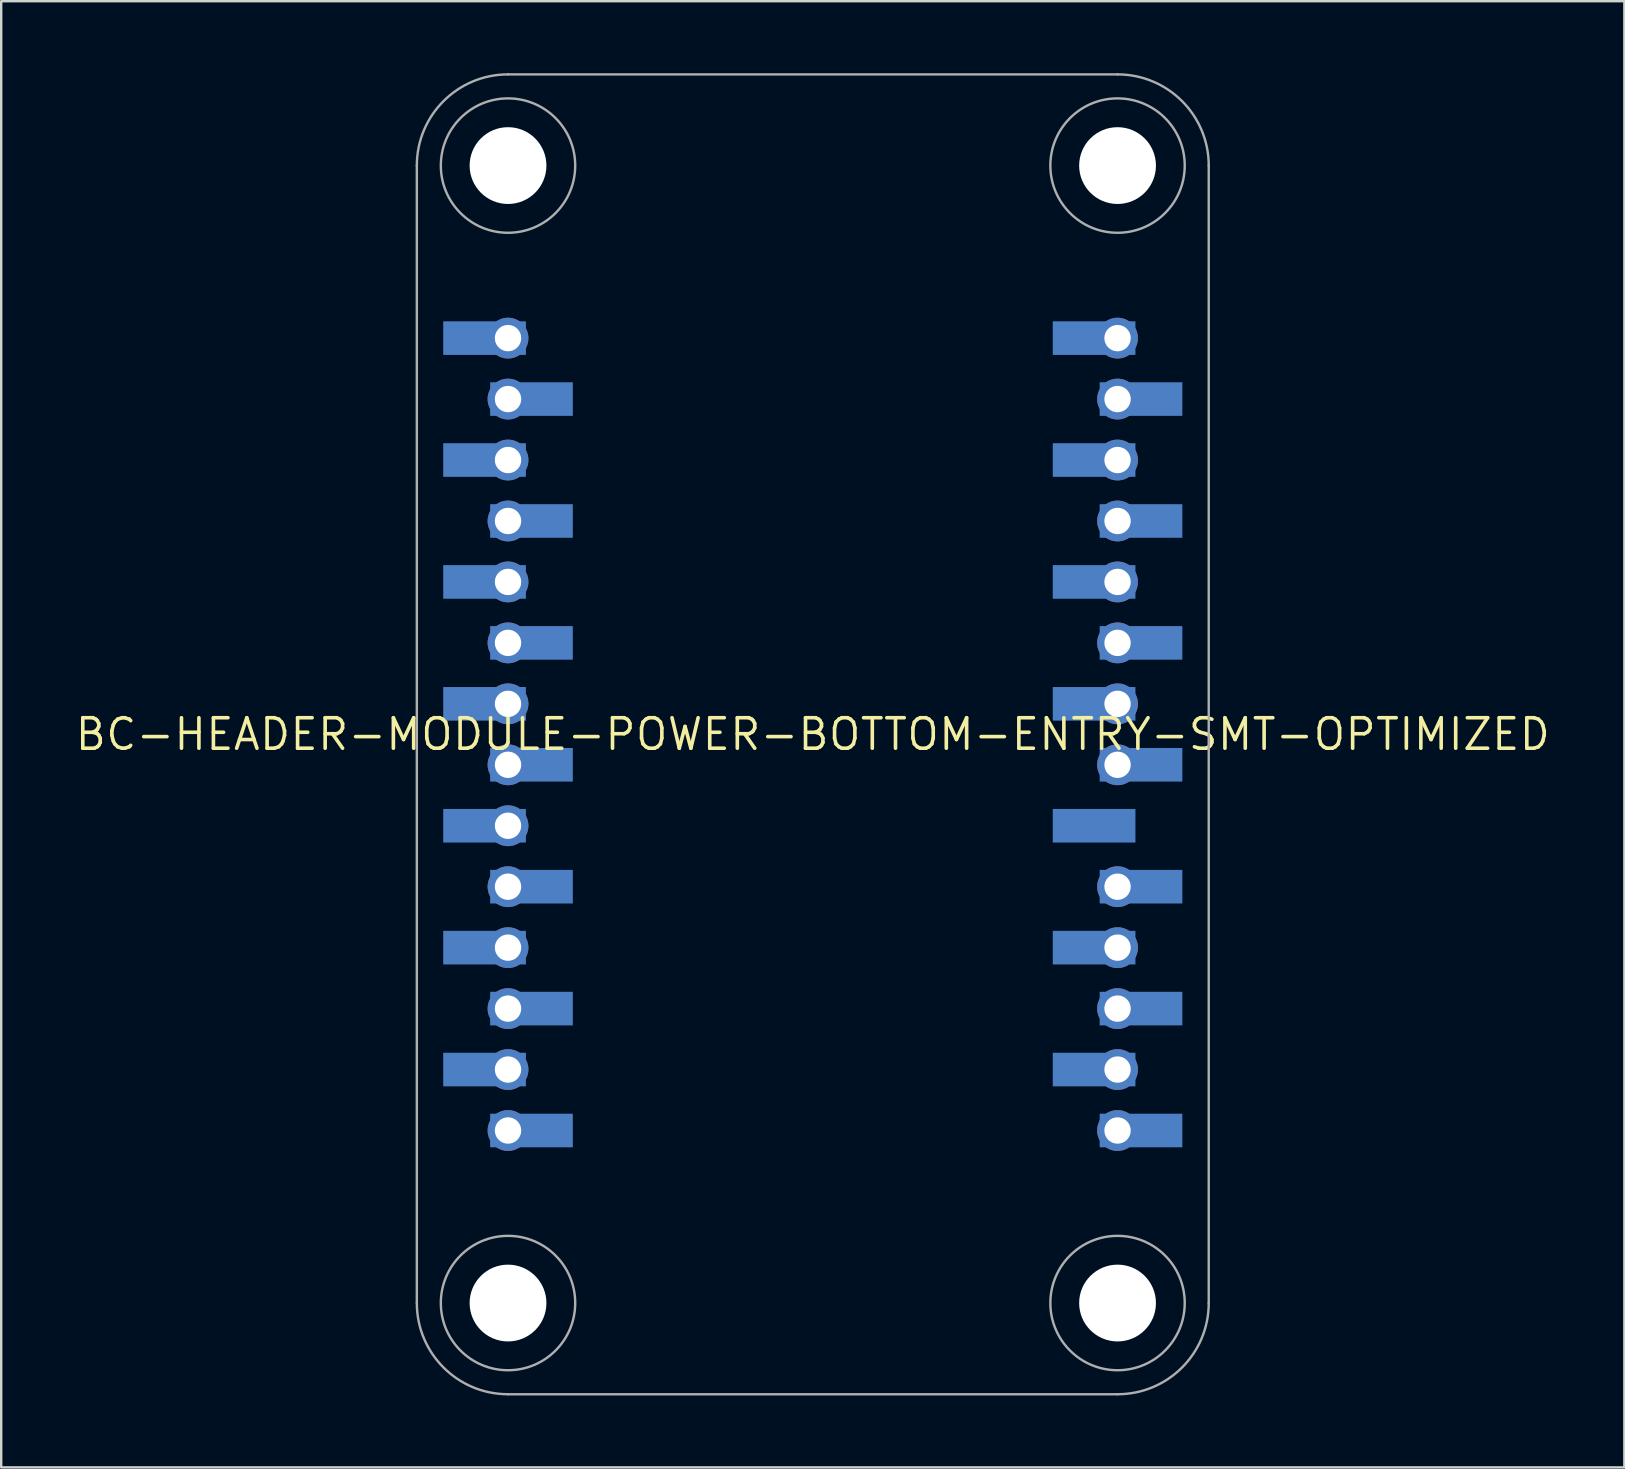
<source format=kicad_pcb>
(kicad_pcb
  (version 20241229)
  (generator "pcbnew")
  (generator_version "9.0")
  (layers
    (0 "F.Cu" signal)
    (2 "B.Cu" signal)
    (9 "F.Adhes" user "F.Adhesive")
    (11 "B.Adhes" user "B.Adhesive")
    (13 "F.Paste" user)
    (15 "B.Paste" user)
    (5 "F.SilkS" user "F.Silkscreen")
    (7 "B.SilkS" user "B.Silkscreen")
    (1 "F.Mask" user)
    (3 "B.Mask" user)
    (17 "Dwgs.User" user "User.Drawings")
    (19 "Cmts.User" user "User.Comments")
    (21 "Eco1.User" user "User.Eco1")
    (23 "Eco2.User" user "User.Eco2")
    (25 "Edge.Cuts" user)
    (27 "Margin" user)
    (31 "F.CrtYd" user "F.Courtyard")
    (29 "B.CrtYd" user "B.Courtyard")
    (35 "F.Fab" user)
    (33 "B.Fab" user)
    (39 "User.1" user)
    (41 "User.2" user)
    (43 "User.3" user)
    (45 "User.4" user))
  (footprint "BC-HEADER-MODULE-POWER-BOTTOM-ENTRY-SMT-OPTIMIZED"
    (layer "F.Cu")
    (at 30.82 27.55)
    (property "Reference" "BC-HEADER-MODULE-POWER-BOTTOM-ENTRY-SMT-OPTIMIZED" (at 0 0 0) (unlocked yes) (layer "F.SilkS") (effects (font (size 1.27 1.27) (thickness 0.15))))
    (fp_circle (center -12.7 -16.51) (end -12.225 -16.51) (stroke (width 0.95) (type solid)) (fill yes) (layer "F.Mask"))
    (fp_circle (center -12.7 -13.97) (end -12.225 -13.97) (stroke (width 0.95) (type solid)) (fill yes) (layer "F.Mask"))
    (fp_circle (center -12.7 -11.43) (end -12.225 -11.43) (stroke (width 0.95) (type solid)) (fill yes) (layer "F.Mask"))
    (fp_circle (center -12.7 -8.89) (end -12.225 -8.89) (stroke (width 0.95) (type solid)) (fill yes) (layer "F.Mask"))
    (fp_circle (center -12.7 -6.35) (end -12.225 -6.35) (stroke (width 0.95) (type solid)) (fill yes) (layer "F.Mask"))
    (fp_circle (center -12.7 -3.81) (end -12.225 -3.81) (stroke (width 0.95) (type solid)) (fill yes) (layer "F.Mask"))
    (fp_circle (center -12.7 -1.27) (end -12.225 -1.27) (stroke (width 0.95) (type solid)) (fill yes) (layer "F.Mask"))
    (fp_circle (center -12.7 1.27) (end -12.225 1.27) (stroke (width 0.95) (type solid)) (fill yes) (layer "F.Mask"))
    (fp_circle (center -12.7 3.81) (end -12.225 3.81) (stroke (width 0.95) (type solid)) (fill yes) (layer "F.Mask"))
    (fp_circle (center -12.7 6.35) (end -12.225 6.35) (stroke (width 0.95) (type solid)) (fill yes) (layer "F.Mask"))
    (fp_circle (center -12.7 8.89) (end -12.225 8.89) (stroke (width 0.95) (type solid)) (fill yes) (layer "F.Mask"))
    (fp_circle (center -12.7 11.43) (end -12.225 11.43) (stroke (width 0.95) (type solid)) (fill yes) (layer "F.Mask"))
    (fp_circle (center -12.7 13.97) (end -12.225 13.97) (stroke (width 0.95) (type solid)) (fill yes) (layer "F.Mask"))
    (fp_circle (center -12.7 16.51) (end -12.225 16.51) (stroke (width 0.95) (type solid)) (fill yes) (layer "F.Mask"))
    (fp_circle (center 12.7 -16.51) (end 13.175 -16.51) (stroke (width 0.95) (type solid)) (fill yes) (layer "F.Mask"))
    (fp_circle (center 12.7 -16.51) (end 13.175 -16.51) (stroke (width 0.95) (type solid)) (fill yes) (layer "F.Mask"))
    (fp_circle (center 12.7 -13.97) (end 13.175 -13.97) (stroke (width 0.95) (type solid)) (fill yes) (layer "F.Mask"))
    (fp_circle (center 12.7 -13.97) (end 13.175 -13.97) (stroke (width 0.95) (type solid)) (fill yes) (layer "F.Mask"))
    (fp_circle (center 12.7 -11.43) (end 13.175 -11.43) (stroke (width 0.95) (type solid)) (fill yes) (layer "F.Mask"))
    (fp_circle (center 12.7 -8.89) (end 13.175 -8.89) (stroke (width 0.95) (type solid)) (fill yes) (layer "F.Mask"))
    (fp_circle (center 12.7 -6.35) (end 13.175 -6.35) (stroke (width 0.95) (type solid)) (fill yes) (layer "F.Mask"))
    (fp_circle (center 12.7 -3.81) (end 13.175 -3.81) (stroke (width 0.95) (type solid)) (fill yes) (layer "F.Mask"))
    (fp_circle (center 12.7 -1.27) (end 13.175 -1.27) (stroke (width 0.95) (type solid)) (fill yes) (layer "F.Mask"))
    (fp_circle (center 12.7 1.27) (end 13.175 1.27) (stroke (width 0.95) (type solid)) (fill yes) (layer "F.Mask"))
    (fp_circle (center 12.7 1.27) (end 13.175 1.27) (stroke (width 0.95) (type solid)) (fill yes) (layer "F.Mask"))
    (fp_circle (center 12.7 6.35) (end 13.175 6.35) (stroke (width 0.95) (type solid)) (fill yes) (layer "F.Mask"))
    (fp_circle (center 12.7 6.35) (end 13.175 6.35) (stroke (width 0.95) (type solid)) (fill yes) (layer "F.Mask"))
    (fp_circle (center 12.7 8.89) (end 13.175 8.89) (stroke (width 0.95) (type solid)) (fill yes) (layer "F.Mask"))
    (fp_circle (center 12.7 11.43) (end 13.175 11.43) (stroke (width 0.95) (type solid)) (fill yes) (layer "F.Mask"))
    (fp_circle (center 12.7 13.97) (end 13.175 13.97) (stroke (width 0.95) (type solid)) (fill yes) (layer "F.Mask"))
    (fp_circle (center 12.7 16.51) (end 13.175 16.51) (stroke (width 0.95) (type solid)) (fill yes) (layer "F.Mask"))
    (fp_poly (pts (xy -11.955 -15.81) (xy -15.4 -15.81) (xy -15.4 -17.21) (xy -11.955 -17.21)) (stroke (width 0) (type default)) (fill yes) (layer "B.Cu"))
    (fp_poly (pts (xy -11.955 -10.73) (xy -15.4 -10.73) (xy -15.4 -12.13) (xy -11.955 -12.13)) (stroke (width 0) (type default)) (fill yes) (layer "B.Cu"))
    (fp_poly (pts (xy -11.955 -5.65) (xy -15.4 -5.65) (xy -15.4 -7.05) (xy -11.955 -7.05)) (stroke (width 0) (type default)) (fill yes) (layer "B.Cu"))
    (fp_poly (pts (xy -11.955 -0.57) (xy -15.4 -0.57) (xy -15.4 -1.97) (xy -11.955 -1.97)) (stroke (width 0) (type default)) (fill yes) (layer "B.Cu"))
    (fp_poly (pts (xy -11.955 4.51) (xy -15.4 4.51) (xy -15.4 3.11) (xy -11.955 3.11)) (stroke (width 0) (type default)) (fill yes) (layer "B.Cu"))
    (fp_poly (pts (xy -11.955 9.59) (xy -15.4 9.59) (xy -15.4 8.19) (xy -11.955 8.19)) (stroke (width 0) (type default)) (fill yes) (layer "B.Cu"))
    (fp_poly (pts (xy -11.955 14.67) (xy -15.4 14.67) (xy -15.4 13.27) (xy -11.955 13.27)) (stroke (width 0) (type default)) (fill yes) (layer "B.Cu"))
    (fp_poly (pts (xy -10 -13.27) (xy -13.445 -13.27) (xy -13.445 -14.67) (xy -10 -14.67)) (stroke (width 0) (type default)) (fill yes) (layer "B.Cu"))
    (fp_poly (pts (xy -10 -8.19) (xy -13.445 -8.19) (xy -13.445 -9.59) (xy -10 -9.59)) (stroke (width 0) (type default)) (fill yes) (layer "B.Cu"))
    (fp_poly (pts (xy -10 -3.11) (xy -13.445 -3.11) (xy -13.445 -4.51) (xy -10 -4.51)) (stroke (width 0) (type default)) (fill yes) (layer "B.Cu"))
    (fp_poly (pts (xy -10 1.97) (xy -13.445 1.97) (xy -13.445 0.57) (xy -10 0.57)) (stroke (width 0) (type default)) (fill yes) (layer "B.Cu"))
    (fp_poly (pts (xy -10 7.05) (xy -13.445 7.05) (xy -13.445 5.65) (xy -10 5.65)) (stroke (width 0) (type default)) (fill yes) (layer "B.Cu"))
    (fp_poly (pts (xy -10 12.13) (xy -13.445 12.13) (xy -13.445 10.73) (xy -10 10.73)) (stroke (width 0) (type default)) (fill yes) (layer "B.Cu"))
    (fp_poly (pts (xy -10 17.21) (xy -13.445 17.21) (xy -13.445 15.81) (xy -10 15.81)) (stroke (width 0) (type default)) (fill yes) (layer "B.Cu"))
    (fp_poly (pts (xy 13.445 -15.81) (xy 10 -15.81) (xy 10 -17.21) (xy 13.445 -17.21)) (stroke (width 0) (type default)) (fill yes) (layer "B.Cu"))
    (fp_poly (pts (xy 13.445 -10.73) (xy 10 -10.73) (xy 10 -12.13) (xy 13.445 -12.13)) (stroke (width 0) (type default)) (fill yes) (layer "B.Cu"))
    (fp_poly (pts (xy 13.445 -5.65) (xy 10 -5.65) (xy 10 -7.05) (xy 13.445 -7.05)) (stroke (width 0) (type default)) (fill yes) (layer "B.Cu"))
    (fp_poly (pts (xy 13.445 -0.57) (xy 10 -0.57) (xy 10 -1.97) (xy 13.445 -1.97)) (stroke (width 0) (type default)) (fill yes) (layer "B.Cu"))
    (fp_poly (pts (xy 13.445 4.51) (xy 10 4.51) (xy 10 3.11) (xy 13.445 3.11)) (stroke (width 0) (type default)) (fill yes) (layer "B.Cu"))
    (fp_poly (pts (xy 13.445 9.59) (xy 10 9.59) (xy 10 8.19) (xy 13.445 8.19)) (stroke (width 0) (type default)) (fill yes) (layer "B.Cu"))
    (fp_poly (pts (xy 13.445 14.67) (xy 10 14.67) (xy 10 13.27) (xy 13.445 13.27)) (stroke (width 0) (type default)) (fill yes) (layer "B.Cu"))
    (fp_poly (pts (xy 15.4 -13.27) (xy 11.955 -13.27) (xy 11.955 -14.67) (xy 15.4 -14.67)) (stroke (width 0) (type default)) (fill yes) (layer "B.Cu"))
    (fp_poly (pts (xy 15.4 -8.19) (xy 11.955 -8.19) (xy 11.955 -9.59) (xy 15.4 -9.59)) (stroke (width 0) (type default)) (fill yes) (layer "B.Cu"))
    (fp_poly (pts (xy 15.4 -3.11) (xy 11.955 -3.11) (xy 11.955 -4.51) (xy 15.4 -4.51)) (stroke (width 0) (type default)) (fill yes) (layer "B.Cu"))
    (fp_poly (pts (xy 15.4 1.97) (xy 11.955 1.97) (xy 11.955 0.57) (xy 15.4 0.57)) (stroke (width 0) (type default)) (fill yes) (layer "B.Cu"))
    (fp_poly (pts (xy 15.4 7.05) (xy 11.955 7.05) (xy 11.955 5.65) (xy 15.4 5.65)) (stroke (width 0) (type default)) (fill yes) (layer "B.Cu"))
    (fp_poly (pts (xy 15.4 12.13) (xy 11.955 12.13) (xy 11.955 10.73) (xy 15.4 10.73)) (stroke (width 0) (type default)) (fill yes) (layer "B.Cu"))
    (fp_poly (pts (xy 15.4 17.21) (xy 11.955 17.21) (xy 11.955 15.81) (xy 15.4 15.81)) (stroke (width 0) (type default)) (fill yes) (layer "B.Cu"))
    (fp_circle (center -12.7 -16.51) (end -12.375 -16.51) (stroke (width 0.65) (type solid)) (fill yes) (layer "B.Mask"))
    (fp_circle (center -12.7 -13.97) (end -12.375 -13.97) (stroke (width 0.65) (type solid)) (fill yes) (layer "B.Mask"))
    (fp_circle (center -12.7 -11.43) (end -12.375 -11.43) (stroke (width 0.65) (type solid)) (fill yes) (layer "B.Mask"))
    (fp_circle (center -12.7 -8.89) (end -12.375 -8.89) (stroke (width 0.65) (type solid)) (fill yes) (layer "B.Mask"))
    (fp_circle (center -12.7 -6.35) (end -12.375 -6.35) (stroke (width 0.65) (type solid)) (fill yes) (layer "B.Mask"))
    (fp_circle (center -12.7 -3.81) (end -12.375 -3.81) (stroke (width 0.65) (type solid)) (fill yes) (layer "B.Mask"))
    (fp_circle (center -12.7 -1.27) (end -12.375 -1.27) (stroke (width 0.65) (type solid)) (fill yes) (layer "B.Mask"))
    (fp_circle (center -12.7 1.27) (end -12.375 1.27) (stroke (width 0.65) (type solid)) (fill yes) (layer "B.Mask"))
    (fp_circle (center -12.7 3.81) (end -12.375 3.81) (stroke (width 0.65) (type solid)) (fill yes) (layer "B.Mask"))
    (fp_circle (center -12.7 6.35) (end -12.375 6.35) (stroke (width 0.65) (type solid)) (fill yes) (layer "B.Mask"))
    (fp_circle (center -12.7 8.89) (end -12.375 8.89) (stroke (width 0.65) (type solid)) (fill yes) (layer "B.Mask"))
    (fp_circle (center -12.7 11.43) (end -12.375 11.43) (stroke (width 0.65) (type solid)) (fill yes) (layer "B.Mask"))
    (fp_circle (center -12.7 13.97) (end -12.375 13.97) (stroke (width 0.65) (type solid)) (fill yes) (layer "B.Mask"))
    (fp_circle (center -12.7 16.51) (end -12.375 16.51) (stroke (width 0.65) (type solid)) (fill yes) (layer "B.Mask"))
    (fp_circle (center 12.7 -16.51) (end 13.025 -16.51) (stroke (width 0.65) (type solid)) (fill yes) (layer "B.Mask"))
    (fp_circle (center 12.7 -13.97) (end 13.025 -13.97) (stroke (width 0.65) (type solid)) (fill yes) (layer "B.Mask"))
    (fp_circle (center 12.7 -11.43) (end 13.025 -11.43) (stroke (width 0.65) (type solid)) (fill yes) (layer "B.Mask"))
    (fp_circle (center 12.7 -8.89) (end 13.025 -8.89) (stroke (width 0.65) (type solid)) (fill yes) (layer "B.Mask"))
    (fp_circle (center 12.7 -6.35) (end 13.025 -6.35) (stroke (width 0.65) (type solid)) (fill yes) (layer "B.Mask"))
    (fp_circle (center 12.7 -3.81) (end 13.025 -3.81) (stroke (width 0.65) (type solid)) (fill yes) (layer "B.Mask"))
    (fp_circle (center 12.7 -1.27) (end 13.025 -1.27) (stroke (width 0.65) (type solid)) (fill yes) (layer "B.Mask"))
    (fp_circle (center 12.7 1.27) (end 13.025 1.27) (stroke (width 0.65) (type solid)) (fill yes) (layer "B.Mask"))
    (fp_circle (center 12.7 6.35) (end 13.025 6.35) (stroke (width 0.65) (type solid)) (fill yes) (layer "B.Mask"))
    (fp_circle (center 12.7 8.89) (end 13.025 8.89) (stroke (width 0.65) (type solid)) (fill yes) (layer "B.Mask"))
    (fp_circle (center 12.7 11.43) (end 13.025 11.43) (stroke (width 0.65) (type solid)) (fill yes) (layer "B.Mask"))
    (fp_circle (center 12.7 13.97) (end 13.025 13.97) (stroke (width 0.65) (type solid)) (fill yes) (layer "B.Mask"))
    (fp_circle (center 12.7 16.51) (end 13.025 16.51) (stroke (width 0.65) (type solid)) (fill yes) (layer "B.Mask"))
    (fp_poly (pts (xy -15.5 -15.71) (xy -13.5 -15.71) (xy -13.5 -17.31) (xy -15.5 -17.31)) (stroke (width 0) (type default)) (fill yes) (layer "B.Mask"))
    (fp_poly (pts (xy -15.5 -10.63) (xy -13.5 -10.63) (xy -13.5 -12.23) (xy -15.5 -12.23)) (stroke (width 0) (type default)) (fill yes) (layer "B.Mask"))
    (fp_poly (pts (xy -15.5 -5.55) (xy -13.5 -5.55) (xy -13.5 -7.15) (xy -15.5 -7.15)) (stroke (width 0) (type default)) (fill yes) (layer "B.Mask"))
    (fp_poly (pts (xy -15.5 -0.47) (xy -13.5 -0.47) (xy -13.5 -2.07) (xy -15.5 -2.07)) (stroke (width 0) (type default)) (fill yes) (layer "B.Mask"))
    (fp_poly (pts (xy -15.5 4.61) (xy -13.5 4.61) (xy -13.5 3.01) (xy -15.5 3.01)) (stroke (width 0) (type default)) (fill yes) (layer "B.Mask"))
    (fp_poly (pts (xy -15.5 9.69) (xy -13.5 9.69) (xy -13.5 8.09) (xy -15.5 8.09)) (stroke (width 0) (type default)) (fill yes) (layer "B.Mask"))
    (fp_poly (pts (xy -15.5 14.77) (xy -13.5 14.77) (xy -13.5 13.17) (xy -15.5 13.17)) (stroke (width 0) (type default)) (fill yes) (layer "B.Mask"))
    (fp_poly (pts (xy -9.9 -14.77) (xy -11.9 -14.77) (xy -11.9 -13.17) (xy -9.9 -13.17)) (stroke (width 0) (type default)) (fill yes) (layer "B.Mask"))
    (fp_poly (pts (xy -9.9 -9.69) (xy -11.9 -9.69) (xy -11.9 -8.09) (xy -9.9 -8.09)) (stroke (width 0) (type default)) (fill yes) (layer "B.Mask"))
    (fp_poly (pts (xy -9.9 -4.61) (xy -11.9 -4.61) (xy -11.9 -3.01) (xy -9.9 -3.01)) (stroke (width 0) (type default)) (fill yes) (layer "B.Mask"))
    (fp_poly (pts (xy -9.9 0.47) (xy -11.9 0.47) (xy -11.9 2.07) (xy -9.9 2.07)) (stroke (width 0) (type default)) (fill yes) (layer "B.Mask"))
    (fp_poly (pts (xy -9.9 5.55) (xy -11.9 5.55) (xy -11.9 7.15) (xy -9.9 7.15)) (stroke (width 0) (type default)) (fill yes) (layer "B.Mask"))
    (fp_poly (pts (xy -9.9 10.63) (xy -11.9 10.63) (xy -11.9 12.23) (xy -9.9 12.23)) (stroke (width 0) (type default)) (fill yes) (layer "B.Mask"))
    (fp_poly (pts (xy -9.9 15.71) (xy -11.9 15.71) (xy -11.9 17.31) (xy -9.9 17.31)) (stroke (width 0) (type default)) (fill yes) (layer "B.Mask"))
    (fp_poly (pts (xy 9.9 -15.71) (xy 11.9 -15.71) (xy 11.9 -17.31) (xy 9.9 -17.31)) (stroke (width 0) (type default)) (fill yes) (layer "B.Mask"))
    (fp_poly (pts (xy 9.9 -10.63) (xy 11.9 -10.63) (xy 11.9 -12.23) (xy 9.9 -12.23)) (stroke (width 0) (type default)) (fill yes) (layer "B.Mask"))
    (fp_poly (pts (xy 9.9 -5.55) (xy 11.9 -5.55) (xy 11.9 -7.15) (xy 9.9 -7.15)) (stroke (width 0) (type default)) (fill yes) (layer "B.Mask"))
    (fp_poly (pts (xy 9.9 -0.47) (xy 11.9 -0.47) (xy 11.9 -2.07) (xy 9.9 -2.07)) (stroke (width 0) (type default)) (fill yes) (layer "B.Mask"))
    (fp_poly (pts (xy 9.9 4.61) (xy 11.9 4.61) (xy 11.9 3.01) (xy 9.9 3.01)) (stroke (width 0) (type default)) (fill yes) (layer "B.Mask"))
    (fp_poly (pts (xy 9.9 9.69) (xy 11.9 9.69) (xy 11.9 8.09) (xy 9.9 8.09)) (stroke (width 0) (type default)) (fill yes) (layer "B.Mask"))
    (fp_poly (pts (xy 9.9 14.77) (xy 11.9 14.77) (xy 11.9 13.17) (xy 9.9 13.17)) (stroke (width 0) (type default)) (fill yes) (layer "B.Mask"))
    (fp_poly (pts (xy 15.5 -14.77) (xy 13.5 -14.77) (xy 13.5 -13.17) (xy 15.5 -13.17)) (stroke (width 0) (type default)) (fill yes) (layer "B.Mask"))
    (fp_poly (pts (xy 15.5 -9.69) (xy 13.5 -9.69) (xy 13.5 -8.09) (xy 15.5 -8.09)) (stroke (width 0) (type default)) (fill yes) (layer "B.Mask"))
    (fp_poly (pts (xy 15.5 -4.61) (xy 13.5 -4.61) (xy 13.5 -3.01) (xy 15.5 -3.01)) (stroke (width 0) (type default)) (fill yes) (layer "B.Mask"))
    (fp_poly (pts (xy 15.5 0.47) (xy 13.5 0.47) (xy 13.5 2.07) (xy 15.5 2.07)) (stroke (width 0) (type default)) (fill yes) (layer "B.Mask"))
    (fp_poly (pts (xy 15.5 5.55) (xy 13.5 5.55) (xy 13.5 7.15) (xy 15.5 7.15)) (stroke (width 0) (type default)) (fill yes) (layer "B.Mask"))
    (fp_poly (pts (xy 15.5 10.63) (xy 13.5 10.63) (xy 13.5 12.23) (xy 15.5 12.23)) (stroke (width 0) (type default)) (fill yes) (layer "B.Mask"))
    (fp_poly (pts (xy 15.5 15.71) (xy 13.5 15.71) (xy 13.5 17.31) (xy 15.5 17.31)) (stroke (width 0) (type default)) (fill yes) (layer "B.Mask"))
    (fp_poly (pts (xy -15.65 -15.86) (xy -13.6 -15.86) (xy -13.6 -17.16) (xy -15.65 -17.16)) (stroke (width 0) (type default)) (fill yes) (layer "B.Paste"))
    (fp_poly (pts (xy -15.65 -10.78) (xy -13.6 -10.78) (xy -13.6 -12.08) (xy -15.65 -12.08)) (stroke (width 0) (type default)) (fill yes) (layer "B.Paste"))
    (fp_poly (pts (xy -15.65 -5.7) (xy -13.6 -5.7) (xy -13.6 -7) (xy -15.65 -7)) (stroke (width 0) (type default)) (fill yes) (layer "B.Paste"))
    (fp_poly (pts (xy -15.65 -0.62) (xy -13.6 -0.62) (xy -13.6 -1.92) (xy -15.65 -1.92)) (stroke (width 0) (type default)) (fill yes) (layer "B.Paste"))
    (fp_poly (pts (xy -15.65 4.46) (xy -13.6 4.46) (xy -13.6 3.16) (xy -15.65 3.16)) (stroke (width 0) (type default)) (fill yes) (layer "B.Paste"))
    (fp_poly (pts (xy -15.65 9.54) (xy -13.6 9.54) (xy -13.6 8.24) (xy -15.65 8.24)) (stroke (width 0) (type default)) (fill yes) (layer "B.Paste"))
    (fp_poly (pts (xy -15.65 14.62) (xy -13.6 14.62) (xy -13.6 13.32) (xy -15.65 13.32)) (stroke (width 0) (type default)) (fill yes) (layer "B.Paste"))
    (fp_poly (pts (xy -9.75 -14.62) (xy -11.8 -14.62) (xy -11.8 -13.32) (xy -9.75 -13.32)) (stroke (width 0) (type default)) (fill yes) (layer "B.Paste"))
    (fp_poly (pts (xy -9.75 -9.54) (xy -11.8 -9.54) (xy -11.8 -8.24) (xy -9.75 -8.24)) (stroke (width 0) (type default)) (fill yes) (layer "B.Paste"))
    (fp_poly (pts (xy -9.75 -4.46) (xy -11.8 -4.46) (xy -11.8 -3.16) (xy -9.75 -3.16)) (stroke (width 0) (type default)) (fill yes) (layer "B.Paste"))
    (fp_poly (pts (xy -9.75 0.62) (xy -11.8 0.62) (xy -11.8 1.92) (xy -9.75 1.92)) (stroke (width 0) (type default)) (fill yes) (layer "B.Paste"))
    (fp_poly (pts (xy -9.75 5.7) (xy -11.8 5.7) (xy -11.8 7) (xy -9.75 7)) (stroke (width 0) (type default)) (fill yes) (layer "B.Paste"))
    (fp_poly (pts (xy -9.75 10.78) (xy -11.8 10.78) (xy -11.8 12.08) (xy -9.75 12.08)) (stroke (width 0) (type default)) (fill yes) (layer "B.Paste"))
    (fp_poly (pts (xy -9.75 15.86) (xy -11.8 15.86) (xy -11.8 17.16) (xy -9.75 17.16)) (stroke (width 0) (type default)) (fill yes) (layer "B.Paste"))
    (fp_poly (pts (xy 9.75 -15.86) (xy 11.8 -15.86) (xy 11.8 -17.16) (xy 9.75 -17.16)) (stroke (width 0) (type default)) (fill yes) (layer "B.Paste"))
    (fp_poly (pts (xy 9.75 -10.78) (xy 11.8 -10.78) (xy 11.8 -12.08) (xy 9.75 -12.08)) (stroke (width 0) (type default)) (fill yes) (layer "B.Paste"))
    (fp_poly (pts (xy 9.75 -5.7) (xy 11.8 -5.7) (xy 11.8 -7) (xy 9.75 -7)) (stroke (width 0) (type default)) (fill yes) (layer "B.Paste"))
    (fp_poly (pts (xy 9.75 -0.62) (xy 11.8 -0.62) (xy 11.8 -1.92) (xy 9.75 -1.92)) (stroke (width 0) (type default)) (fill yes) (layer "B.Paste"))
    (fp_poly (pts (xy 9.75 4.46) (xy 11.8 4.46) (xy 11.8 3.16) (xy 9.75 3.16)) (stroke (width 0) (type default)) (fill yes) (layer "B.Paste"))
    (fp_poly (pts (xy 9.75 9.54) (xy 11.8 9.54) (xy 11.8 8.24) (xy 9.75 8.24)) (stroke (width 0) (type default)) (fill yes) (layer "B.Paste"))
    (fp_poly (pts (xy 9.75 14.62) (xy 11.8 14.62) (xy 11.8 13.32) (xy 9.75 13.32)) (stroke (width 0) (type default)) (fill yes) (layer "B.Paste"))
    (fp_poly (pts (xy 15.65 -14.62) (xy 13.6 -14.62) (xy 13.6 -13.32) (xy 15.65 -13.32)) (stroke (width 0) (type default)) (fill yes) (layer "B.Paste"))
    (fp_poly (pts (xy 15.65 -9.54) (xy 13.6 -9.54) (xy 13.6 -8.24) (xy 15.65 -8.24)) (stroke (width 0) (type default)) (fill yes) (layer "B.Paste"))
    (fp_poly (pts (xy 15.65 -4.46) (xy 13.6 -4.46) (xy 13.6 -3.16) (xy 15.65 -3.16)) (stroke (width 0) (type default)) (fill yes) (layer "B.Paste"))
    (fp_poly (pts (xy 15.65 0.62) (xy 13.6 0.62) (xy 13.6 1.92) (xy 15.65 1.92)) (stroke (width 0) (type default)) (fill yes) (layer "B.Paste"))
    (fp_poly (pts (xy 15.65 5.7) (xy 13.6 5.7) (xy 13.6 7) (xy 15.65 7)) (stroke (width 0) (type default)) (fill yes) (layer "B.Paste"))
    (fp_poly (pts (xy 15.65 10.78) (xy 13.6 10.78) (xy 13.6 12.08) (xy 15.65 12.08)) (stroke (width 0) (type default)) (fill yes) (layer "B.Paste"))
    (fp_poly (pts (xy 15.65 15.86) (xy 13.6 15.86) (xy 13.6 17.16) (xy 15.65 17.16)) (stroke (width 0) (type default)) (fill yes) (layer "B.Paste"))
    (fp_line (start -16.5 23.7) (end -16.5 -23.7) (stroke (width 0.1) (type solid)) (layer "F.Fab"))
    (fp_line (start -12.7 -27.5) (end 12.7 -27.5) (stroke (width 0.1) (type solid)) (layer "F.Fab"))
    (fp_line (start 12.7 27.5) (end -12.7 27.5) (stroke (width 0.1) (type solid)) (layer "F.Fab"))
    (fp_line (start 16.5 -23.7) (end 16.5 23.7) (stroke (width 0.1) (type solid)) (layer "F.Fab"))
    (fp_arc (start -16.5 -23.7) (mid -15.387006 -26.387006) (end -12.7 -27.5) (stroke (width 0.1) (type solid)) (layer "F.Fab"))
    (fp_arc (start -12.7 27.5) (mid -15.387006 26.387006) (end -16.5 23.7) (stroke (width 0.1) (type solid)) (layer "F.Fab"))
    (fp_arc (start 12.7 -27.5) (mid 15.387006 -26.387006) (end 16.5 -23.7) (stroke (width 0.1) (type solid)) (layer "F.Fab"))
    (fp_arc (start 16.5 23.7) (mid 15.387006 26.387006) (end 12.7 27.5) (stroke (width 0.1) (type solid)) (layer "F.Fab"))
    (fp_circle (center -12.7 -23.7) (end -9.9 -23.7) (stroke (width 0.1) (type solid)) (fill no) (layer "F.Fab"))
    (fp_circle (center -12.7 23.7) (end -9.9 23.7) (stroke (width 0.1) (type solid)) (fill no) (layer "F.Fab"))
    (fp_circle (center 12.7 -23.7) (end 15.5 -23.7) (stroke (width 0.1) (type solid)) (fill no) (layer "F.Fab"))
    (fp_circle (center 12.7 23.7) (end 15.5 23.7) (stroke (width 0.1) (type solid)) (fill no) (layer "F.Fab"))
    (pad "" np_thru_hole circle (at -12.7 -23.7) (size 3.2 3.2) (drill 3.2) (layers "*.Cu" "*.Mask"))
    (pad "" np_thru_hole circle (at -12.7 23.7) (size 3.2 3.2) (drill 3.2) (layers "*.Cu" "*.Mask"))
    (pad "" np_thru_hole circle (at 12.7 -23.7) (size 3.2 3.2) (drill 3.2) (layers "*.Cu" "*.Mask"))
    (pad "" np_thru_hole circle (at 12.7 23.7) (size 3.2 3.2) (drill 3.2) (layers "*.Cu" "*.Mask"))
    (pad "1" thru_hole circle (at -12.7 -16.51 270) (size 1.7 1.7) (drill 1.1) (layers "*.Cu"))
    (pad "2" thru_hole circle (at -12.7 -13.97 270) (size 1.7 1.7) (drill 1.1) (layers "*.Cu"))
    (pad "3" thru_hole circle (at -12.7 -11.43 270) (size 1.7 1.7) (drill 1.1) (layers "*.Cu"))
    (pad "4" thru_hole circle (at -12.7 -8.89 270) (size 1.7 1.7) (drill 1.1) (layers "*.Cu"))
    (pad "5" thru_hole circle (at -12.7 -6.35 270) (size 1.7 1.7) (drill 1.1) (layers "*.Cu"))
    (pad "6" thru_hole circle (at -12.7 -3.81 270) (size 1.7 1.7) (drill 1.1) (layers "*.Cu"))
    (pad "7" thru_hole circle (at -12.7 -1.27 270) (size 1.7 1.7) (drill 1.1) (layers "*.Cu"))
    (pad "8" thru_hole circle (at -12.7 1.27 270) (size 1.7 1.7) (drill 1.1) (layers "*.Cu"))
    (pad "9" thru_hole circle (at -12.7 3.81 270) (size 1.7 1.7) (drill 1.1) (layers "*.Cu"))
    (pad "10" thru_hole circle (at -12.7 6.35 270) (size 1.7 1.7) (drill 1.1) (layers "*.Cu"))
    (pad "11" thru_hole circle (at -12.7 8.89 270) (size 1.7 1.7) (drill 1.1) (layers "*.Cu"))
    (pad "12" thru_hole circle (at -12.7 11.43 270) (size 1.7 1.7) (drill 1.1) (layers "*.Cu"))
    (pad "13" thru_hole circle (at -12.7 13.97 270) (size 1.7 1.7) (drill 1.1) (layers "*.Cu"))
    (pad "14" thru_hole circle (at -12.7 16.51 270) (size 1.7 1.7) (drill 1.1) (layers "*.Cu"))
    (pad "15" thru_hole circle (at 12.7 16.51 90) (size 1.7 1.7) (drill 1.1) (layers "*.Cu"))
    (pad "16" thru_hole circle (at 12.7 13.97 90) (size 1.7 1.7) (drill 1.1) (layers "*.Cu"))
    (pad "17" thru_hole circle (at 12.7 11.43 90) (size 1.7 1.7) (drill 1.1) (layers "*.Cu"))
    (pad "18" thru_hole circle (at 12.7 8.89 90) (size 1.7 1.7) (drill 1.1) (layers "*.Cu"))
    (pad "19" thru_hole circle (at 12.7 6.35 90) (size 1.7 1.7) (drill 1.1) (layers "*.Cu"))
    (pad "21" thru_hole circle (at 12.7 1.27 90) (size 1.7 1.7) (drill 1.1) (layers "*.Cu"))
    (pad "22" thru_hole circle (at 12.7 -1.27 90) (size 1.7 1.7) (drill 1.1) (layers "*.Cu"))
    (pad "23" thru_hole circle (at 12.7 -3.81 90) (size 1.7 1.7) (drill 1.1) (layers "*.Cu"))
    (pad "24" thru_hole circle (at 12.7 -6.35 90) (size 1.7 1.7) (drill 1.1) (layers "*.Cu"))
    (pad "25" thru_hole circle (at 12.7 -8.89 90) (size 1.7 1.7) (drill 1.1) (layers "*.Cu"))
    (pad "26" thru_hole circle (at 12.7 -11.43 90) (size 1.7 1.7) (drill 1.1) (layers "*.Cu"))
    (pad "27" thru_hole circle (at 12.7 -13.97 90) (size 1.7 1.7) (drill 1.1) (layers "*.Cu"))
    (pad "28" thru_hole circle (at 12.7 -16.51 90) (size 1.7 1.7) (drill 1.1) (layers "*.Cu"))
    (zone (net_name "") (layer "F.Cu") (hatch edge 0.5) (connect_pads) (min_thickness 0.25) (filled_areas_thickness no) (keepout (tracks not_allowed) (vias not_allowed) (pads not_allowed) (copperpour not_allowed) (footprints allowed)) (placement (enabled no)) (fill) (polygon (pts (xy 14.42 48.15) (xy 18.12 48.15) (xy 18.467 48.169) (xy 18.81 48.228) (xy 19.144 48.324) (xy 19.465 48.457) (xy 19.769 48.625) (xy 20.053 48.826) (xy 20.312 49.058) (xy 20.544 49.317) (xy 20.745 49.601) (xy 20.913 49.905) (xy 21.046 50.226) (xy 21.142 50.56) (xy 21.22 51.25) (xy 21.22 54.95) (xy 18.12 54.95) (xy 17.733 54.93) (xy 17.351 54.869) (xy 16.977 54.769) (xy 16.615 54.63) (xy 16.27 54.454) (xy 15.945 54.243) (xy 15.644 54) (xy 15.37 53.726) (xy 15.127 53.425) (xy 14.916 53.1) (xy 14.74 52.755) (xy 14.601 52.393) (xy 14.501 52.019) (xy 14.42 51.25))))
    (zone (net_name "") (layer "F.Cu") (hatch edge 0.5) (connect_pads) (min_thickness 0.25) (filled_areas_thickness no) (keepout (tracks not_allowed) (vias not_allowed) (pads not_allowed) (copperpour not_allowed) (footprints allowed)) (placement (enabled no)) (fill) (polygon (pts (xy 21.22 0.15) (xy 21.22 3.85) (xy 21.2 4.197) (xy 21.142 4.54) (xy 21.046 4.874) (xy 20.913 5.195) (xy 20.745 5.499) (xy 20.544 5.783) (xy 20.312 6.042) (xy 20.053 6.274) (xy 19.769 6.475) (xy 19.465 6.643) (xy 19.144 6.776) (xy 18.81 6.872) (xy 18.12 6.95) (xy 14.42 6.95) (xy 14.42 3.85) (xy 14.44 3.463) (xy 14.501 3.081) (xy 14.601 2.707) (xy 14.74 2.345) (xy 14.916 2) (xy 15.127 1.675) (xy 15.37 1.374) (xy 15.644 1.1) (xy 15.945 0.857) (xy 16.27 0.646) (xy 16.615 0.47) (xy 16.977 0.331) (xy 17.351 0.231) (xy 18.12 0.15))))
    (zone (net_name "") (layer "F.Cu") (hatch edge 0.5) (connect_pads) (min_thickness 0.25) (filled_areas_thickness no) (keepout (tracks not_allowed) (vias not_allowed) (pads not_allowed) (copperpour not_allowed) (footprints allowed)) (placement (enabled no)) (fill) (polygon (pts (xy 40.42 54.95) (xy 40.42 51.25) (xy 40.439 50.903) (xy 40.498 50.56) (xy 40.594 50.226) (xy 40.727 49.905) (xy 40.895 49.601) (xy 41.096 49.317) (xy 41.328 49.058) (xy 41.587 48.826) (xy 41.871 48.625) (xy 42.175 48.457) (xy 42.496 48.324) (xy 42.83 48.228) (xy 43.52 48.15) (xy 47.22 48.15) (xy 47.22 51.25) (xy 47.2 51.637) (xy 47.139 52.019) (xy 47.039 52.393) (xy 46.9 52.755) (xy 46.724 53.1) (xy 46.513 53.425) (xy 46.27 53.726) (xy 45.996 54) (xy 45.695 54.243) (xy 45.37 54.454) (xy 45.025 54.63) (xy 44.663 54.769) (xy 44.289 54.869) (xy 43.907 54.93) (xy 43.52 54.95))))
    (zone (net_name "") (layer "F.Cu") (hatch edge 0.5) (connect_pads) (min_thickness 0.25) (filled_areas_thickness no) (keepout (tracks not_allowed) (vias not_allowed) (pads not_allowed) (copperpour not_allowed) (footprints allowed)) (placement (enabled no)) (fill) (polygon (pts (xy 47.22 6.95) (xy 43.52 6.95) (xy 43.173 6.931) (xy 42.83 6.872) (xy 42.496 6.776) (xy 42.175 6.643) (xy 41.871 6.475) (xy 41.587 6.274) (xy 41.328 6.042) (xy 41.096 5.783) (xy 40.895 5.499) (xy 40.727 5.195) (xy 40.594 4.874) (xy 40.498 4.54) (xy 40.42 3.85) (xy 40.42 0.15) (xy 43.52 0.15) (xy 43.907 0.17) (xy 44.289 0.231) (xy 44.663 0.331) (xy 45.025 0.47) (xy 45.37 0.646) (xy 45.695 0.857) (xy 45.996 1.1) (xy 46.27 1.374) (xy 46.513 1.675) (xy 46.724 2) (xy 46.9 2.345) (xy 47.039 2.707) (xy 47.139 3.081) (xy 47.2 3.463) (xy 47.22 3.85))))
    (zone (net_name "") (layer "B.Cu") (hatch edge 0.5) (connect_pads) (min_thickness 0.25) (filled_areas_thickness no) (keepout (tracks not_allowed) (vias not_allowed) (pads not_allowed) (copperpour not_allowed) (footprints allowed)) (placement (enabled no)) (fill) (polygon (pts (xy 14.42 48.15) (xy 18.12 48.15) (xy 18.467 48.169) (xy 18.81 48.228) (xy 19.144 48.324) (xy 19.465 48.457) (xy 19.769 48.625) (xy 20.053 48.826) (xy 20.312 49.058) (xy 20.544 49.317) (xy 20.745 49.601) (xy 20.913 49.905) (xy 21.046 50.226) (xy 21.142 50.56) (xy 21.22 51.25) (xy 21.22 54.95) (xy 18.12 54.95) (xy 17.733 54.93) (xy 17.351 54.869) (xy 16.977 54.769) (xy 16.615 54.63) (xy 16.27 54.454) (xy 15.945 54.243) (xy 15.644 54) (xy 15.37 53.726) (xy 15.127 53.425) (xy 14.916 53.1) (xy 14.74 52.755) (xy 14.601 52.393) (xy 14.501 52.019) (xy 14.42 51.25))))
    (zone (net_name "") (layer "B.Cu") (hatch edge 0.5) (connect_pads) (min_thickness 0.25) (filled_areas_thickness no) (keepout (tracks not_allowed) (vias not_allowed) (pads not_allowed) (copperpour not_allowed) (footprints allowed)) (placement (enabled no)) (fill) (polygon (pts (xy 21.22 0.15) (xy 21.22 3.85) (xy 21.2 4.197) (xy 21.142 4.54) (xy 21.046 4.874) (xy 20.913 5.195) (xy 20.745 5.499) (xy 20.544 5.783) (xy 20.312 6.042) (xy 20.053 6.274) (xy 19.769 6.475) (xy 19.465 6.643) (xy 19.144 6.776) (xy 18.81 6.872) (xy 18.12 6.95) (xy 14.42 6.95) (xy 14.42 3.85) (xy 14.44 3.463) (xy 14.501 3.081) (xy 14.601 2.707) (xy 14.74 2.345) (xy 14.916 2) (xy 15.127 1.675) (xy 15.37 1.374) (xy 15.644 1.1) (xy 15.945 0.857) (xy 16.27 0.646) (xy 16.615 0.47) (xy 16.977 0.331) (xy 17.351 0.231) (xy 18.12 0.15))))
    (zone (net_name "") (layer "B.Cu") (hatch edge 0.5) (connect_pads) (min_thickness 0.25) (filled_areas_thickness no) (keepout (tracks not_allowed) (vias not_allowed) (pads not_allowed) (copperpour not_allowed) (footprints allowed)) (placement (enabled no)) (fill) (polygon (pts (xy 40.42 54.95) (xy 40.42 51.25) (xy 40.439 50.903) (xy 40.498 50.56) (xy 40.594 50.226) (xy 40.727 49.905) (xy 40.895 49.601) (xy 41.096 49.317) (xy 41.328 49.058) (xy 41.587 48.826) (xy 41.871 48.625) (xy 42.175 48.457) (xy 42.496 48.324) (xy 42.83 48.228) (xy 43.52 48.15) (xy 47.22 48.15) (xy 47.22 51.25) (xy 47.2 51.637) (xy 47.139 52.019) (xy 47.039 52.393) (xy 46.9 52.755) (xy 46.724 53.1) (xy 46.513 53.425) (xy 46.27 53.726) (xy 45.996 54) (xy 45.695 54.243) (xy 45.37 54.454) (xy 45.025 54.63) (xy 44.663 54.769) (xy 44.289 54.869) (xy 43.907 54.93) (xy 43.52 54.95))))
    (zone (net_name "") (layer "B.Cu") (hatch edge 0.5) (connect_pads) (min_thickness 0.25) (filled_areas_thickness no) (keepout (tracks not_allowed) (vias not_allowed) (pads not_allowed) (copperpour not_allowed) (footprints allowed)) (placement (enabled no)) (fill) (polygon (pts (xy 47.22 6.95) (xy 43.52 6.95) (xy 43.173 6.931) (xy 42.83 6.872) (xy 42.496 6.776) (xy 42.175 6.643) (xy 41.871 6.475) (xy 41.587 6.274) (xy 41.328 6.042) (xy 41.096 5.783) (xy 40.895 5.499) (xy 40.727 5.195) (xy 40.594 4.874) (xy 40.498 4.54) (xy 40.42 3.85) (xy 40.42 0.15) (xy 43.52 0.15) (xy 43.907 0.17) (xy 44.289 0.231) (xy 44.663 0.331) (xy 45.025 0.47) (xy 45.37 0.646) (xy 45.695 0.857) (xy 45.996 1.1) (xy 46.27 1.374) (xy 46.513 1.675) (xy 46.724 2) (xy 46.9 2.345) (xy 47.039 2.707) (xy 47.139 3.081) (xy 47.2 3.463) (xy 47.22 3.85)))))
  (gr_rect
    (start -3 -3)
    (end 64.64 58.1)
    (stroke (width 0.1) (type default))
    (fill no)
    (layer "Edge.Cuts")))
</source>
